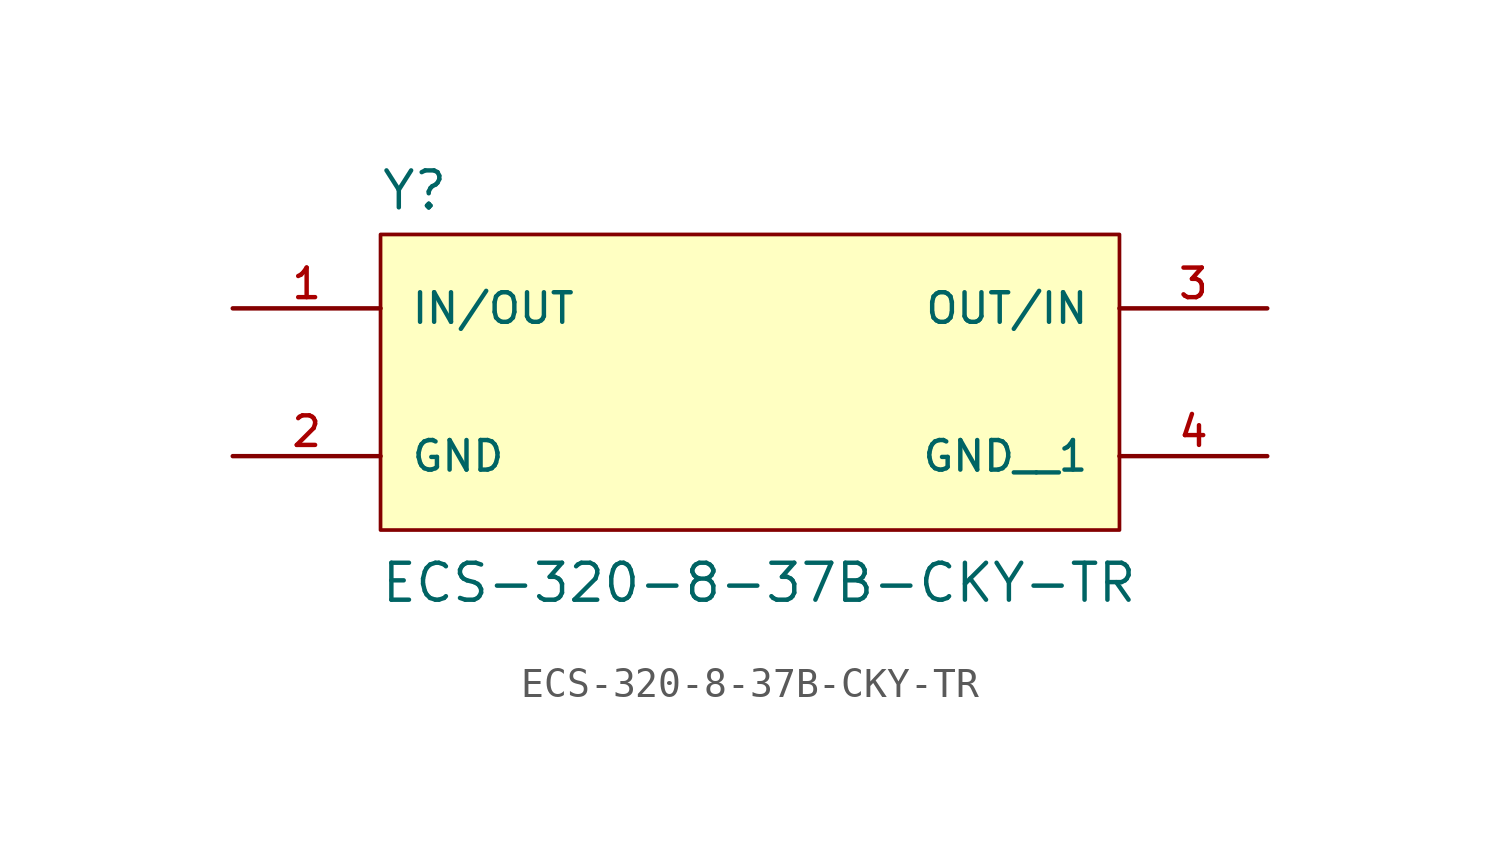
<source format=kicad_sym>
(kicad_symbol_lib
  (version 20241209)
  (generator "kicad_symbol_editor")
  (generator_version "9.0")
  (symbol "ECS-320-8-37B-CKY-TR"
    (pin_names
      (offset 1.016))
    (property "Reference" "Y"
      (at -12.716 5.849 0)
      (effects (font (size 1.27 1.27)) (justify left bottom)))
    (property "Value" "ECS-320-8-37B-CKY-TR"
      (at -12.73 -7.638 0)
      (effects (font (size 1.27 1.27)) (justify left bottom)))
    (symbol "ECS-320-8-37B-CKY-TR_0_0"
      (rectangle (start -12.7 -5.08) (end 12.7 5.08) (stroke (width 0.127) (type default)) (fill (type background)))
      (pin bidirectional line (at -17.78 2.54 0) (length 5.08) (name "IN/OUT" (effects (font (size 1.016 1.016)))) (number "1" (effects (font (size 1.016 1.016)))))
      (pin power_in line (at -17.78 -2.54 0) (length 5.08) (name "GND" (effects (font (size 1.016 1.016)))) (number "2" (effects (font (size 1.016 1.016)))))
      (pin bidirectional line (at 17.78 2.54 180) (length 5.08) (name "OUT/IN" (effects (font (size 1.016 1.016)))) (number "3" (effects (font (size 1.016 1.016)))))
      (pin power_in line (at 17.78 -2.54 180) (length 5.08) (name "GND__1" (effects (font (size 1.016 1.016)))) (number "4" (effects (font (size 1.016 1.016))))))))
</source>
